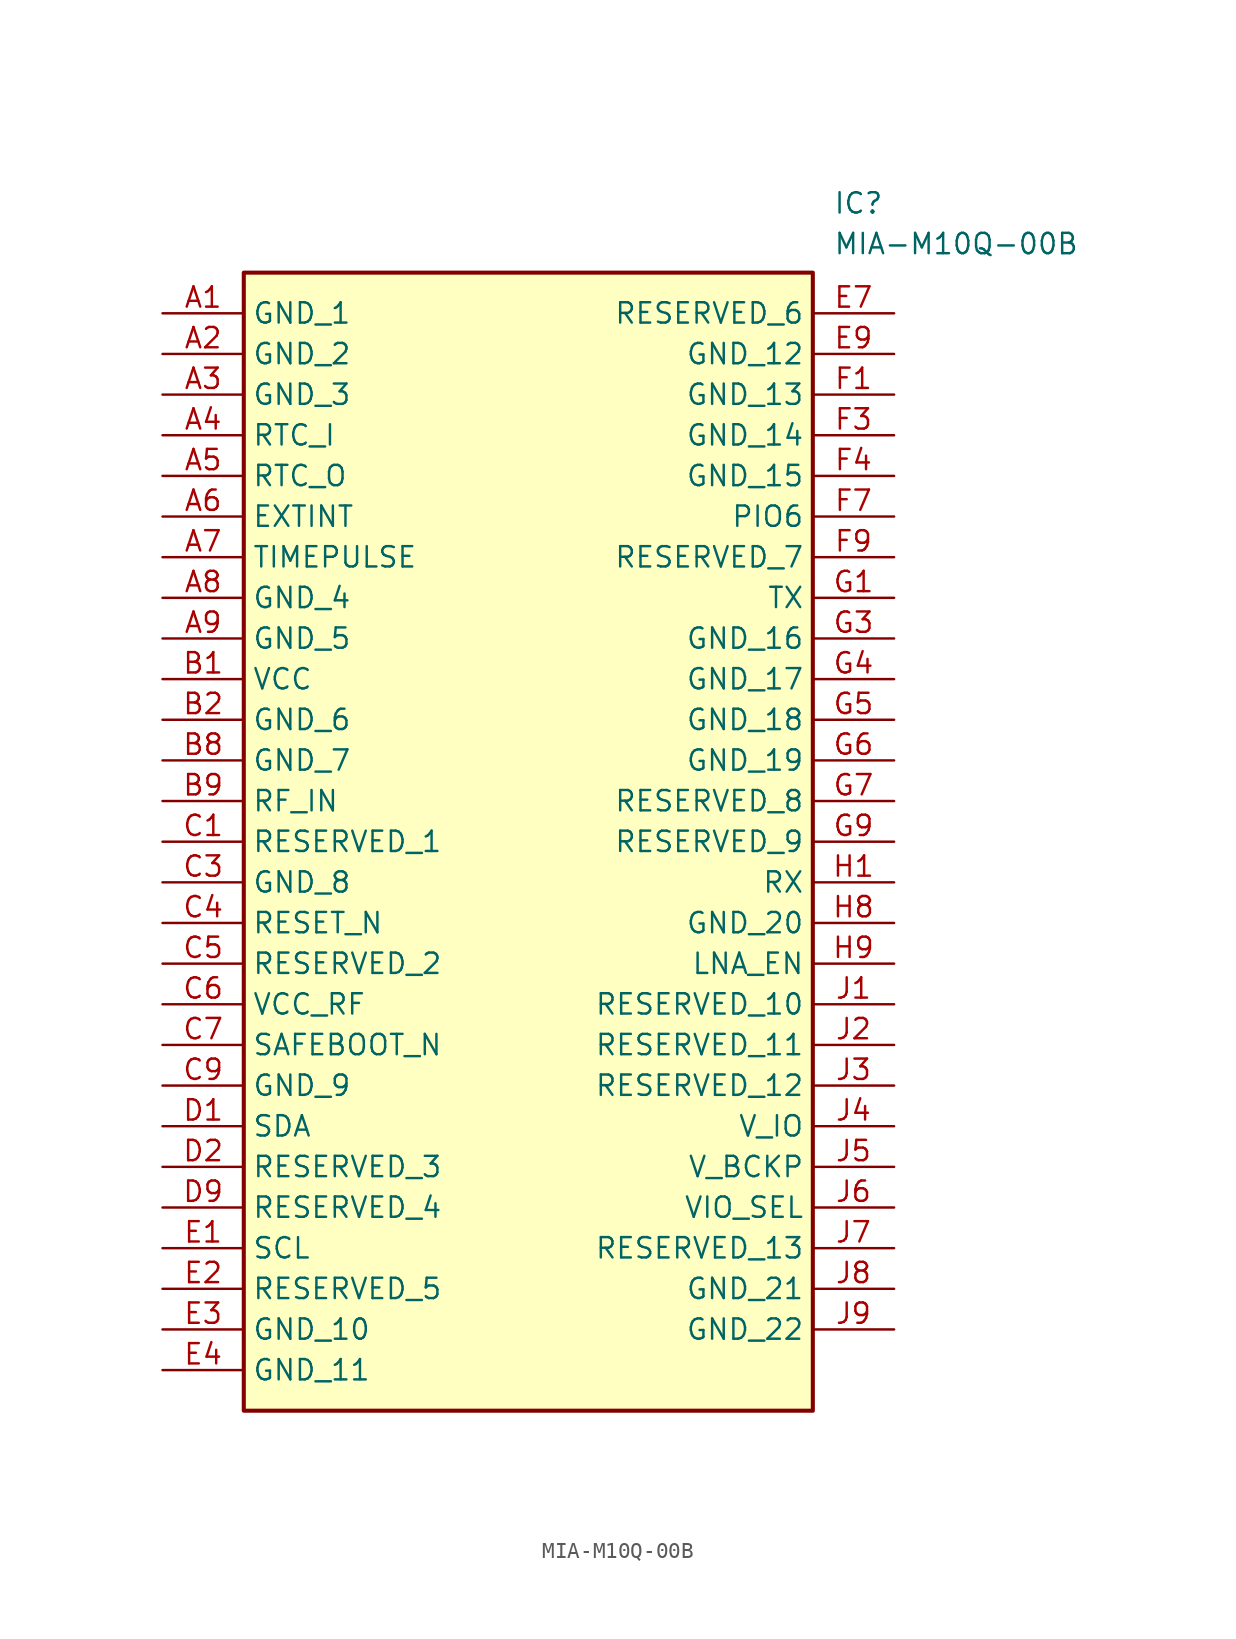
<source format=kicad_sym>
(kicad_symbol_lib
  (version 20211014)
  (generator SamacSys_ECAD_Model)
  (symbol "MIA-M10Q-00B"
    (property "Reference" "IC"
      (at 41.91 7.62 0)
      (effects (font (size 1.27 1.27)) (justify left top)))
    (property "Value" "MIA-M10Q-00B"
      (at 41.91 5.08 0)
      (effects (font (size 1.27 1.27)) (justify left top)))
    (rectangle
      (start 5.08 2.54)
      (end 40.64 -68.58)
      (stroke (width 0.254) (type default))
      (fill (type background)))
    (pin passive line
      (at 0 0 0)
      (length 5.08)
      (name "GND_1" (effects (font (size 1.27 1.27))))
      (number "A1" (effects (font (size 1.27 1.27)))))
    (pin passive line
      (at 0 -2.54 0)
      (length 5.08)
      (name "GND_2" (effects (font (size 1.27 1.27))))
      (number "A2" (effects (font (size 1.27 1.27)))))
    (pin passive line
      (at 0 -5.08 0)
      (length 5.08)
      (name "GND_3" (effects (font (size 1.27 1.27))))
      (number "A3" (effects (font (size 1.27 1.27)))))
    (pin passive line
      (at 0 -7.62 0)
      (length 5.08)
      (name "RTC_I" (effects (font (size 1.27 1.27))))
      (number "A4" (effects (font (size 1.27 1.27)))))
    (pin passive line
      (at 0 -10.16 0)
      (length 5.08)
      (name "RTC_O" (effects (font (size 1.27 1.27))))
      (number "A5" (effects (font (size 1.27 1.27)))))
    (pin passive line
      (at 0 -12.7 0)
      (length 5.08)
      (name "EXTINT" (effects (font (size 1.27 1.27))))
      (number "A6" (effects (font (size 1.27 1.27)))))
    (pin passive line
      (at 0 -15.24 0)
      (length 5.08)
      (name "TIMEPULSE" (effects (font (size 1.27 1.27))))
      (number "A7" (effects (font (size 1.27 1.27)))))
    (pin passive line
      (at 0 -17.78 0)
      (length 5.08)
      (name "GND_4" (effects (font (size 1.27 1.27))))
      (number "A8" (effects (font (size 1.27 1.27)))))
    (pin passive line
      (at 0 -20.32 0)
      (length 5.08)
      (name "GND_5" (effects (font (size 1.27 1.27))))
      (number "A9" (effects (font (size 1.27 1.27)))))
    (pin passive line
      (at 0 -22.86 0)
      (length 5.08)
      (name "VCC" (effects (font (size 1.27 1.27))))
      (number "B1" (effects (font (size 1.27 1.27)))))
    (pin passive line
      (at 0 -25.4 0)
      (length 5.08)
      (name "GND_6" (effects (font (size 1.27 1.27))))
      (number "B2" (effects (font (size 1.27 1.27)))))
    (pin passive line
      (at 0 -27.94 0)
      (length 5.08)
      (name "GND_7" (effects (font (size 1.27 1.27))))
      (number "B8" (effects (font (size 1.27 1.27)))))
    (pin passive line
      (at 0 -30.48 0)
      (length 5.08)
      (name "RF_IN" (effects (font (size 1.27 1.27))))
      (number "B9" (effects (font (size 1.27 1.27)))))
    (pin passive line
      (at 0 -33.02 0)
      (length 5.08)
      (name "RESERVED_1" (effects (font (size 1.27 1.27))))
      (number "C1" (effects (font (size 1.27 1.27)))))
    (pin passive line
      (at 0 -35.56 0)
      (length 5.08)
      (name "GND_8" (effects (font (size 1.27 1.27))))
      (number "C3" (effects (font (size 1.27 1.27)))))
    (pin passive line
      (at 0 -38.1 0)
      (length 5.08)
      (name "RESET_N" (effects (font (size 1.27 1.27))))
      (number "C4" (effects (font (size 1.27 1.27)))))
    (pin passive line
      (at 0 -40.64 0)
      (length 5.08)
      (name "RESERVED_2" (effects (font (size 1.27 1.27))))
      (number "C5" (effects (font (size 1.27 1.27)))))
    (pin passive line
      (at 0 -43.18 0)
      (length 5.08)
      (name "VCC_RF" (effects (font (size 1.27 1.27))))
      (number "C6" (effects (font (size 1.27 1.27)))))
    (pin passive line
      (at 0 -45.72 0)
      (length 5.08)
      (name "SAFEBOOT_N" (effects (font (size 1.27 1.27))))
      (number "C7" (effects (font (size 1.27 1.27)))))
    (pin passive line
      (at 0 -48.26 0)
      (length 5.08)
      (name "GND_9" (effects (font (size 1.27 1.27))))
      (number "C9" (effects (font (size 1.27 1.27)))))
    (pin passive line
      (at 0 -50.8 0)
      (length 5.08)
      (name "SDA" (effects (font (size 1.27 1.27))))
      (number "D1" (effects (font (size 1.27 1.27)))))
    (pin passive line
      (at 0 -53.34 0)
      (length 5.08)
      (name "RESERVED_3" (effects (font (size 1.27 1.27))))
      (number "D2" (effects (font (size 1.27 1.27)))))
    (pin passive line
      (at 0 -55.88 0)
      (length 5.08)
      (name "RESERVED_4" (effects (font (size 1.27 1.27))))
      (number "D9" (effects (font (size 1.27 1.27)))))
    (pin passive line
      (at 0 -58.42 0)
      (length 5.08)
      (name "SCL" (effects (font (size 1.27 1.27))))
      (number "E1" (effects (font (size 1.27 1.27)))))
    (pin passive line
      (at 0 -60.96 0)
      (length 5.08)
      (name "RESERVED_5" (effects (font (size 1.27 1.27))))
      (number "E2" (effects (font (size 1.27 1.27)))))
    (pin passive line
      (at 0 -63.5 0)
      (length 5.08)
      (name "GND_10" (effects (font (size 1.27 1.27))))
      (number "E3" (effects (font (size 1.27 1.27)))))
    (pin passive line
      (at 0 -66.04 0)
      (length 5.08)
      (name "GND_11" (effects (font (size 1.27 1.27))))
      (number "E4" (effects (font (size 1.27 1.27)))))
    (pin passive line
      (at 45.72 0 180)
      (length 5.08)
      (name "RESERVED_6" (effects (font (size 1.27 1.27))))
      (number "E7" (effects (font (size 1.27 1.27)))))
    (pin passive line
      (at 45.72 -2.54 180)
      (length 5.08)
      (name "GND_12" (effects (font (size 1.27 1.27))))
      (number "E9" (effects (font (size 1.27 1.27)))))
    (pin passive line
      (at 45.72 -5.08 180)
      (length 5.08)
      (name "GND_13" (effects (font (size 1.27 1.27))))
      (number "F1" (effects (font (size 1.27 1.27)))))
    (pin passive line
      (at 45.72 -7.62 180)
      (length 5.08)
      (name "GND_14" (effects (font (size 1.27 1.27))))
      (number "F3" (effects (font (size 1.27 1.27)))))
    (pin passive line
      (at 45.72 -10.16 180)
      (length 5.08)
      (name "GND_15" (effects (font (size 1.27 1.27))))
      (number "F4" (effects (font (size 1.27 1.27)))))
    (pin passive line
      (at 45.72 -12.7 180)
      (length 5.08)
      (name "PIO6" (effects (font (size 1.27 1.27))))
      (number "F7" (effects (font (size 1.27 1.27)))))
    (pin passive line
      (at 45.72 -15.24 180)
      (length 5.08)
      (name "RESERVED_7" (effects (font (size 1.27 1.27))))
      (number "F9" (effects (font (size 1.27 1.27)))))
    (pin passive line
      (at 45.72 -17.78 180)
      (length 5.08)
      (name "TX" (effects (font (size 1.27 1.27))))
      (number "G1" (effects (font (size 1.27 1.27)))))
    (pin passive line
      (at 45.72 -20.32 180)
      (length 5.08)
      (name "GND_16" (effects (font (size 1.27 1.27))))
      (number "G3" (effects (font (size 1.27 1.27)))))
    (pin passive line
      (at 45.72 -22.86 180)
      (length 5.08)
      (name "GND_17" (effects (font (size 1.27 1.27))))
      (number "G4" (effects (font (size 1.27 1.27)))))
    (pin passive line
      (at 45.72 -25.4 180)
      (length 5.08)
      (name "GND_18" (effects (font (size 1.27 1.27))))
      (number "G5" (effects (font (size 1.27 1.27)))))
    (pin passive line
      (at 45.72 -27.94 180)
      (length 5.08)
      (name "GND_19" (effects (font (size 1.27 1.27))))
      (number "G6" (effects (font (size 1.27 1.27)))))
    (pin passive line
      (at 45.72 -30.48 180)
      (length 5.08)
      (name "RESERVED_8" (effects (font (size 1.27 1.27))))
      (number "G7" (effects (font (size 1.27 1.27)))))
    (pin passive line
      (at 45.72 -33.02 180)
      (length 5.08)
      (name "RESERVED_9" (effects (font (size 1.27 1.27))))
      (number "G9" (effects (font (size 1.27 1.27)))))
    (pin passive line
      (at 45.72 -35.56 180)
      (length 5.08)
      (name "RX" (effects (font (size 1.27 1.27))))
      (number "H1" (effects (font (size 1.27 1.27)))))
    (pin passive line
      (at 45.72 -38.1 180)
      (length 5.08)
      (name "GND_20" (effects (font (size 1.27 1.27))))
      (number "H8" (effects (font (size 1.27 1.27)))))
    (pin passive line
      (at 45.72 -40.64 180)
      (length 5.08)
      (name "LNA_EN" (effects (font (size 1.27 1.27))))
      (number "H9" (effects (font (size 1.27 1.27)))))
    (pin passive line
      (at 45.72 -43.18 180)
      (length 5.08)
      (name "RESERVED_10" (effects (font (size 1.27 1.27))))
      (number "J1" (effects (font (size 1.27 1.27)))))
    (pin passive line
      (at 45.72 -45.72 180)
      (length 5.08)
      (name "RESERVED_11" (effects (font (size 1.27 1.27))))
      (number "J2" (effects (font (size 1.27 1.27)))))
    (pin passive line
      (at 45.72 -48.26 180)
      (length 5.08)
      (name "RESERVED_12" (effects (font (size 1.27 1.27))))
      (number "J3" (effects (font (size 1.27 1.27)))))
    (pin passive line
      (at 45.72 -50.8 180)
      (length 5.08)
      (name "V_IO" (effects (font (size 1.27 1.27))))
      (number "J4" (effects (font (size 1.27 1.27)))))
    (pin passive line
      (at 45.72 -53.34 180)
      (length 5.08)
      (name "V_BCKP" (effects (font (size 1.27 1.27))))
      (number "J5" (effects (font (size 1.27 1.27)))))
    (pin passive line
      (at 45.72 -55.88 180)
      (length 5.08)
      (name "VIO_SEL" (effects (font (size 1.27 1.27))))
      (number "J6" (effects (font (size 1.27 1.27)))))
    (pin passive line
      (at 45.72 -58.42 180)
      (length 5.08)
      (name "RESERVED_13" (effects (font (size 1.27 1.27))))
      (number "J7" (effects (font (size 1.27 1.27)))))
    (pin passive line
      (at 45.72 -60.96 180)
      (length 5.08)
      (name "GND_21" (effects (font (size 1.27 1.27))))
      (number "J8" (effects (font (size 1.27 1.27)))))
    (pin passive line
      (at 45.72 -63.5 180)
      (length 5.08)
      (name "GND_22" (effects (font (size 1.27 1.27))))
      (number "J9" (effects (font (size 1.27 1.27)))))))
</source>
